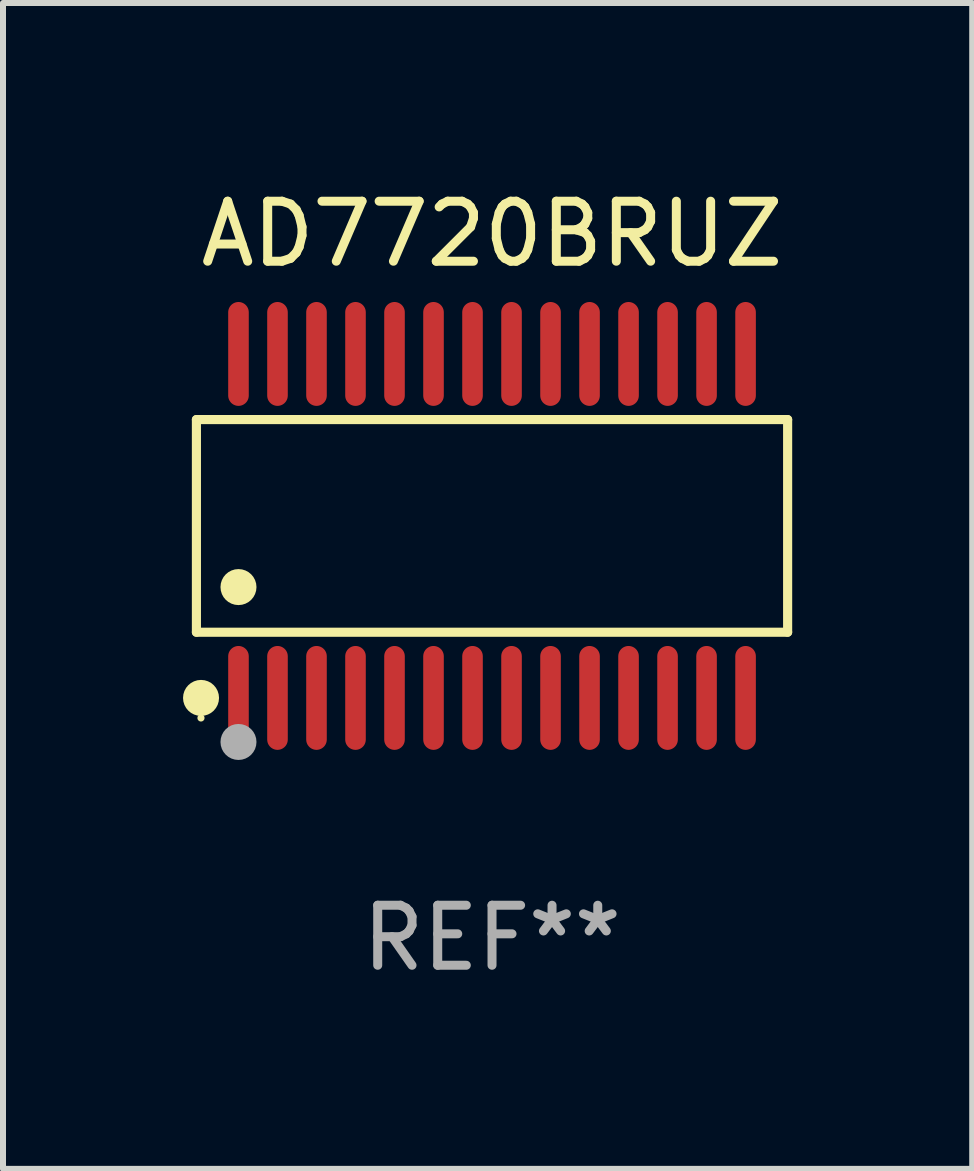
<source format=kicad_pcb>
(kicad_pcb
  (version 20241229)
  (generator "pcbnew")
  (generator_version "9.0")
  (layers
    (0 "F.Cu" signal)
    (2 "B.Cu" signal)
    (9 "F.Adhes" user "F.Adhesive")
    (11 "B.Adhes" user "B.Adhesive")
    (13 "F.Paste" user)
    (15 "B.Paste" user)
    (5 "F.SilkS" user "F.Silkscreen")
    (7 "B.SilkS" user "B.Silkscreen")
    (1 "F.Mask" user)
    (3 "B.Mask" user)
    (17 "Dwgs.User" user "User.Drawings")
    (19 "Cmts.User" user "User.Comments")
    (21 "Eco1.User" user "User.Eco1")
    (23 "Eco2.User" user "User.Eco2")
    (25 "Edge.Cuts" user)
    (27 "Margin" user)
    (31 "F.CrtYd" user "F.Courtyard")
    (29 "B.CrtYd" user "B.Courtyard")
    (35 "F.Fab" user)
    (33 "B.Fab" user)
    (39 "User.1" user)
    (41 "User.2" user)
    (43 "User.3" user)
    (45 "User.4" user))
  (footprint "AD7720BRUZ"
    (layer "F.Cu")
    (at 5.149 5.714)
    (property "Reference" "AD7720BRUZ" (at 0 -4.866 0) (layer "F.SilkS") (effects (font (size 1 1) (thickness 0.15))))
    (attr through_hole)
    (fp_line (start -4.926 -1.772) (end 4.926 -1.772) (stroke (width 0.152) (type solid)) (layer "F.SilkS"))
    (fp_line (start -4.926 1.771) (end -4.926 -1.772) (stroke (width 0.152) (type solid)) (layer "F.SilkS"))
    (fp_line (start 4.926 -1.772) (end 4.926 1.771) (stroke (width 0.152) (type solid)) (layer "F.SilkS"))
    (fp_line (start 4.926 1.771) (end -4.926 1.771) (stroke (width 0.152) (type solid)) (layer "F.SilkS"))
    (fp_circle (center -4.85 3.2) (end -4.82 3.2) (stroke (width 0.06) (type solid)) (fill no) (layer "F.SilkS"))
    (fp_circle (center -4.849 2.866) (end -4.699 2.866) (stroke (width 0.3) (type solid)) (fill no) (layer "F.SilkS"))
    (fp_circle (center -4.225 1.019) (end -4.075 1.019) (stroke (width 0.3) (type solid)) (fill no) (layer "F.SilkS"))
    (fp_circle (center -4.225 3.6) (end -4.075 3.6) (stroke (width 0.3) (type solid)) (fill no) (layer "F.Fab"))
    (fp_text user "REF**" (at 0 6.866 0) (layer "F.Fab") (effects (font (size 1 1) (thickness 0.15))))
    (pad "1" smd oval (at -4.225 2.866) (size 0.343 1.731) (layers "F.Cu" "F.Mask" "F.Paste"))
    (pad "2" smd oval (at -3.575 2.866) (size 0.343 1.731) (layers "F.Cu" "F.Mask" "F.Paste"))
    (pad "3" smd oval (at -2.925 2.866) (size 0.343 1.731) (layers "F.Cu" "F.Mask" "F.Paste"))
    (pad "4" smd oval (at -2.275 2.866) (size 0.343 1.731) (layers "F.Cu" "F.Mask" "F.Paste"))
    (pad "5" smd oval (at -1.625 2.866) (size 0.343 1.731) (layers "F.Cu" "F.Mask" "F.Paste"))
    (pad "6" smd oval (at -0.975 2.866) (size 0.343 1.731) (layers "F.Cu" "F.Mask" "F.Paste"))
    (pad "7" smd oval (at -0.325 2.866) (size 0.343 1.731) (layers "F.Cu" "F.Mask" "F.Paste"))
    (pad "8" smd oval (at 0.325 2.866) (size 0.343 1.731) (layers "F.Cu" "F.Mask" "F.Paste"))
    (pad "9" smd oval (at 0.975 2.866) (size 0.343 1.731) (layers "F.Cu" "F.Mask" "F.Paste"))
    (pad "10" smd oval (at 1.625 2.866) (size 0.343 1.731) (layers "F.Cu" "F.Mask" "F.Paste"))
    (pad "11" smd oval (at 2.275 2.866) (size 0.343 1.731) (layers "F.Cu" "F.Mask" "F.Paste"))
    (pad "12" smd oval (at 2.925 2.866) (size 0.343 1.731) (layers "F.Cu" "F.Mask" "F.Paste"))
    (pad "13" smd oval (at 3.575 2.866) (size 0.343 1.731) (layers "F.Cu" "F.Mask" "F.Paste"))
    (pad "14" smd oval (at 4.225 2.866) (size 0.343 1.731) (layers "F.Cu" "F.Mask" "F.Paste"))
    (pad "15" smd oval (at 4.225 -2.866) (size 0.343 1.731) (layers "F.Cu" "F.Mask" "F.Paste"))
    (pad "16" smd oval (at 3.575 -2.866) (size 0.343 1.731) (layers "F.Cu" "F.Mask" "F.Paste"))
    (pad "17" smd oval (at 2.925 -2.866) (size 0.343 1.731) (layers "F.Cu" "F.Mask" "F.Paste"))
    (pad "18" smd oval (at 2.275 -2.866) (size 0.343 1.731) (layers "F.Cu" "F.Mask" "F.Paste"))
    (pad "19" smd oval (at 1.625 -2.866) (size 0.343 1.731) (layers "F.Cu" "F.Mask" "F.Paste"))
    (pad "20" smd oval (at 0.975 -2.866) (size 0.343 1.731) (layers "F.Cu" "F.Mask" "F.Paste"))
    (pad "21" smd oval (at 0.325 -2.866) (size 0.343 1.731) (layers "F.Cu" "F.Mask" "F.Paste"))
    (pad "22" smd oval (at -0.325 -2.866) (size 0.343 1.731) (layers "F.Cu" "F.Mask" "F.Paste"))
    (pad "23" smd oval (at -0.975 -2.866) (size 0.343 1.731) (layers "F.Cu" "F.Mask" "F.Paste"))
    (pad "24" smd oval (at -1.625 -2.866) (size 0.343 1.731) (layers "F.Cu" "F.Mask" "F.Paste"))
    (pad "25" smd oval (at -2.275 -2.866) (size 0.343 1.731) (layers "F.Cu" "F.Mask" "F.Paste"))
    (pad "26" smd oval (at -2.925 -2.866) (size 0.343 1.731) (layers "F.Cu" "F.Mask" "F.Paste"))
    (pad "27" smd oval (at -3.575 -2.866) (size 0.343 1.731) (layers "F.Cu" "F.Mask" "F.Paste"))
    (pad "28" smd oval (at -4.225 -2.866) (size 0.343 1.731) (layers "F.Cu" "F.Mask" "F.Paste")))
  (gr_rect
    (start -3 -3)
    (end 13.151 16.428)
    (stroke (width 0.1) (type default))
    (fill no)
    (layer "Edge.Cuts")))
</source>
